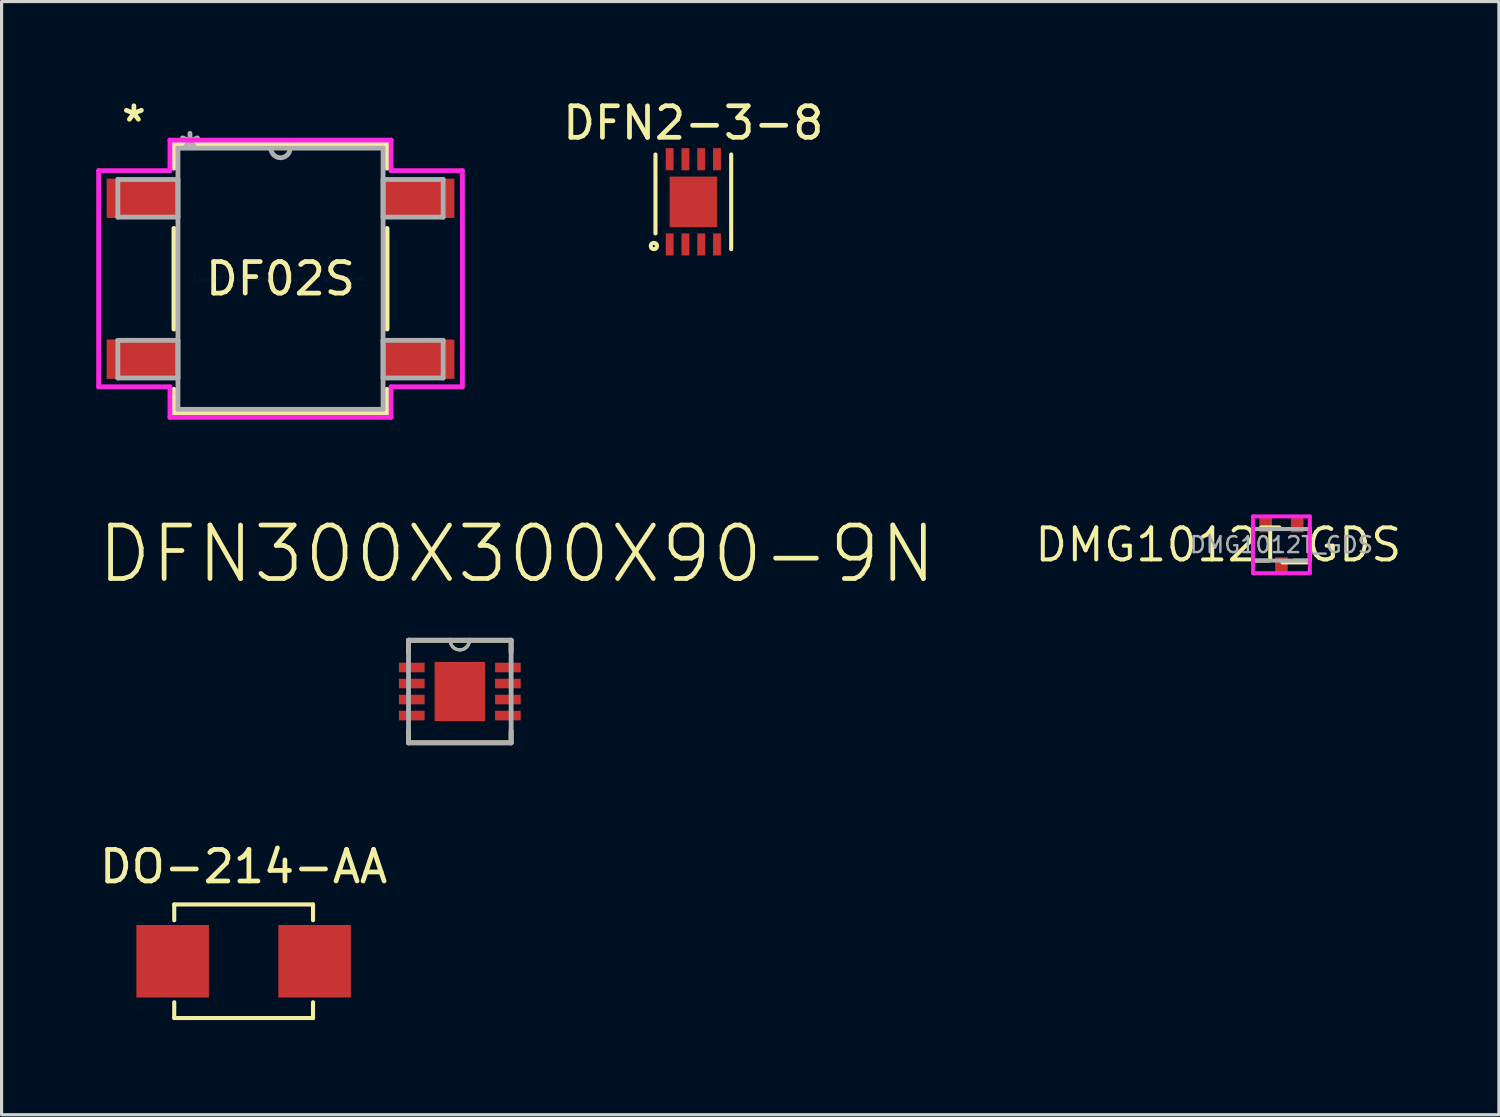
<source format=kicad_pcb>
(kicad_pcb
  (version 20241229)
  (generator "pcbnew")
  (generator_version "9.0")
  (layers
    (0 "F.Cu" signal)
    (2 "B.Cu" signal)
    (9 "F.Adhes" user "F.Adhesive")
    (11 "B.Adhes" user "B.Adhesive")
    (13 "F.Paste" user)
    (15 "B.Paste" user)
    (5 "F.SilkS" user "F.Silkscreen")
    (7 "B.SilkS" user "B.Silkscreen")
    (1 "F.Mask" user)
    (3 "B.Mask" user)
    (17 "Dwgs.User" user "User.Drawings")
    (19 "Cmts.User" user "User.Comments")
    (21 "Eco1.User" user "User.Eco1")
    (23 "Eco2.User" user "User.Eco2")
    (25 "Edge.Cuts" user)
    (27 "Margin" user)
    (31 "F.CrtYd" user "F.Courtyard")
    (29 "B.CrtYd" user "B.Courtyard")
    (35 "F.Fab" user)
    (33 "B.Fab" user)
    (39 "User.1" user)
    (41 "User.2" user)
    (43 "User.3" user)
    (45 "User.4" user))
  (footprint "DFN2-3-8"
    (layer "F.Cu")
    (at 18.928 3.348)
    (property "Reference" "DFN2-3-8" (at 0 -2.5 0) (layer "F.SilkS") (effects (font (size 1 1) (thickness 0.15))))
    (attr through_hole)
    (fp_line (start -1.2 1) (end -1.2 -1.5) (stroke (width 0.13) (type solid)) (layer "F.SilkS"))
    (fp_line (start 1.2 -1.5) (end 1.2 1.5) (stroke (width 0.13) (type solid)) (layer "F.SilkS"))
    (fp_circle (center -1.25 1.4) (end -1.25 1.5) (stroke (width 0.13) (type solid)) (fill no) (layer "F.SilkS"))
    (pad "1" smd rect (at -0.75 1.35) (size 0.25 0.7) (layers "F.Cu" "F.Mask" "F.Paste"))
    (pad "2" smd rect (at -0.25 1.35) (size 0.25 0.7) (layers "F.Cu" "F.Mask" "F.Paste"))
    (pad "3" smd rect (at 0.25 1.35) (size 0.25 0.7) (layers "F.Cu" "F.Mask" "F.Paste"))
    (pad "4" smd rect (at 0.75 1.35) (size 0.25 0.7) (layers "F.Cu" "F.Mask" "F.Paste"))
    (pad "5" smd rect (at 0.75 -1.35) (size 0.25 0.7) (layers "F.Cu" "F.Mask" "F.Paste"))
    (pad "6" smd rect (at 0.25 -1.35) (size 0.25 0.7) (layers "F.Cu" "F.Mask" "F.Paste"))
    (pad "7" smd rect (at -0.25 -1.35) (size 0.25 0.7) (layers "F.Cu" "F.Mask" "F.Paste"))
    (pad "8" smd rect (at -0.75 -1.35) (size 0.25 0.7) (layers "F.Cu" "F.Mask" "F.Paste"))
    (pad "9" smd rect (at 0 0) (size 1.5 1.6) (layers "F.Cu" "F.Mask" "F.Paste")))
  (footprint "DMG1012T_GDS"
    (layer "F.Cu")
    (at 37.57 14.22)
    (property "Reference" "DMG1012T_GDS" (at -2 0 0) (layer "F.SilkS") (effects (font (size 1.016 1.016) (thickness 0.127))))
    (attr smd)
    (fp_line (start -0.9 -0.5) (end -0.9 0.5) (stroke (width 0.127) (type solid)) (layer "F.SilkS"))
    (fp_line (start -0.9 0.5) (end -0.4 0.5) (stroke (width 0.127) (type solid)) (layer "F.SilkS"))
    (fp_line (start 0.4 0.5) (end 0.9 0.5) (stroke (width 0.127) (type solid)) (layer "F.SilkS"))
    (fp_line (start 0.9 0.5) (end 0.9 -0.5) (stroke (width 0.127) (type solid)) (layer "F.SilkS"))
    (fp_line (start -0.9 -0.9) (end 0.9 -0.9) (stroke (width 0.127) (type solid)) (layer "F.CrtYd"))
    (fp_line (start -0.9 0.9) (end -0.9 -0.9) (stroke (width 0.127) (type solid)) (layer "F.CrtYd"))
    (fp_line (start 0.9 -0.9) (end 0.9 0.9) (stroke (width 0.127) (type solid)) (layer "F.CrtYd"))
    (fp_line (start 0.9 0.9) (end -0.9 0.9) (stroke (width 0.127) (type solid)) (layer "F.CrtYd"))
    (fp_line (start -0.9 -0.5) (end -0.9 0.5) (stroke (width 0.127) (type solid)) (layer "F.Fab"))
    (fp_line (start -0.9 0.5) (end 0.9 0.5) (stroke (width 0.127) (type solid)) (layer "F.Fab"))
    (fp_line (start 0.9 -0.5) (end -0.9 -0.5) (stroke (width 0.127) (type solid)) (layer "F.Fab"))
    (fp_line (start 0.9 0.5) (end 0.9 -0.5) (stroke (width 0.127) (type solid)) (layer "F.Fab"))
    (fp_text user "${REFERENCE}" (at 0 0 0) (layer "F.Fab") (effects (font (size 0.508 0.508) (thickness 0.076))))
    (pad "D" smd rect (at 0 0.65) (size 0.4 0.51) (layers "F.Cu" "F.Mask" "F.Paste"))
    (pad "G" smd rect (at 0.5 -0.65) (size 0.4 0.51) (layers "F.Cu" "F.Mask" "F.Paste"))
    (pad "S" smd rect (at -0.5 -0.65) (size 0.4 0.51) (layers "F.Cu" "F.Mask" "F.Paste")))
  (footprint "DFN300X300X90-9N"
    (layer "F.Cu")
    (at 11.526 18.871)
    (property "Reference" "DFN300X300X90-9N" (at 1.812 -4.359 0) (layer "F.SilkS") (effects (font (size 1.696 1.696) (thickness 0.15))))
    (attr through_hole)
    (fp_line (start -1.626 -1.626) (end -1.626 -1.245) (stroke (width 0.152) (type solid)) (layer "F.SilkS"))
    (fp_line (start -1.626 1.245) (end -1.626 1.626) (stroke (width 0.152) (type solid)) (layer "F.SilkS"))
    (fp_line (start -1.626 1.626) (end 1.626 1.626) (stroke (width 0.152) (type solid)) (layer "F.SilkS"))
    (fp_line (start -0.305 -1.626) (end -1.626 -1.626) (stroke (width 0.152) (type solid)) (layer "F.SilkS"))
    (fp_line (start 0.305 -1.626) (end -0.305 -1.626) (stroke (width 0.152) (type solid)) (layer "F.SilkS"))
    (fp_line (start 1.626 -1.626) (end 0.305 -1.626) (stroke (width 0.152) (type solid)) (layer "F.SilkS"))
    (fp_line (start 1.626 -1.245) (end 1.626 -1.626) (stroke (width 0.152) (type solid)) (layer "F.SilkS"))
    (fp_line (start 1.626 1.626) (end 1.626 1.245) (stroke (width 0.152) (type solid)) (layer "F.SilkS"))
    (fp_arc (start 0.3048 -1.6256) (mid 0 -1.3208) (end -0.3048 -1.6256) (stroke (width 0.1) (type solid)) (layer "F.SilkS"))
    (fp_line (start -1.626 -1.626) (end -1.626 1.626) (stroke (width 0.152) (type solid)) (layer "F.Fab"))
    (fp_line (start -1.626 1.626) (end 1.626 1.626) (stroke (width 0.152) (type solid)) (layer "F.Fab"))
    (fp_line (start -0.305 -1.626) (end -1.626 -1.626) (stroke (width 0.152) (type solid)) (layer "F.Fab"))
    (fp_line (start 0.305 -1.626) (end -0.305 -1.626) (stroke (width 0.152) (type solid)) (layer "F.Fab"))
    (fp_line (start 1.626 -1.626) (end 0.305 -1.626) (stroke (width 0.152) (type solid)) (layer "F.Fab"))
    (fp_line (start 1.626 1.626) (end 1.626 -1.626) (stroke (width 0.152) (type solid)) (layer "F.Fab"))
    (fp_arc (start 0.3048 -1.6256) (mid 0 -1.3208) (end -0.3048 -1.6256) (stroke (width 0.1) (type solid)) (layer "F.Fab"))
    (pad "1" smd rect (at -1.524 -0.762) (size 0.813 0.305) (layers "F.Cu" "F.Mask" "F.Paste"))
    (pad "2" smd rect (at -1.524 -0.254) (size 0.813 0.305) (layers "F.Cu" "F.Mask" "F.Paste"))
    (pad "3" smd rect (at -1.524 0.254) (size 0.813 0.305) (layers "F.Cu" "F.Mask" "F.Paste"))
    (pad "4" smd rect (at -1.524 0.762) (size 0.813 0.305) (layers "F.Cu" "F.Mask" "F.Paste"))
    (pad "5" smd rect (at 1.524 0.762) (size 0.813 0.305) (layers "F.Cu" "F.Mask" "F.Paste"))
    (pad "6" smd rect (at 1.524 0.254) (size 0.813 0.305) (layers "F.Cu" "F.Mask" "F.Paste"))
    (pad "7" smd rect (at 1.524 -0.254) (size 0.813 0.305) (layers "F.Cu" "F.Mask" "F.Paste"))
    (pad "8" smd rect (at 1.524 -0.762) (size 0.813 0.305) (layers "F.Cu" "F.Mask" "F.Paste"))
    (pad "9" smd rect (at 0 0) (size 1.6 1.88) (layers "F.Cu" "F.Mask" "F.Paste")))
  (footprint "DF02S"
    (layer "F.Cu")
    (at 5.842 5.786)
    (property "Reference" "DF02S" (at 0 0 0) (layer "F.SilkS") (effects (font (size 1 1) (thickness 0.15))))
    (attr through_hole)
    (fp_line (start -3.378 -4.267) (end -3.378 -3.505) (stroke (width 0.152) (type solid)) (layer "F.SilkS"))
    (fp_line (start -3.378 -1.595) (end -3.378 1.595) (stroke (width 0.152) (type solid)) (layer "F.SilkS"))
    (fp_line (start -3.378 3.505) (end -3.378 4.267) (stroke (width 0.152) (type solid)) (layer "F.SilkS"))
    (fp_line (start -3.378 4.267) (end 3.378 4.267) (stroke (width 0.152) (type solid)) (layer "F.SilkS"))
    (fp_line (start 3.378 -4.267) (end -3.378 -4.267) (stroke (width 0.152) (type solid)) (layer "F.SilkS"))
    (fp_line (start 3.378 -3.505) (end 3.378 -4.267) (stroke (width 0.152) (type solid)) (layer "F.SilkS"))
    (fp_line (start 3.378 1.595) (end 3.378 -1.595) (stroke (width 0.152) (type solid)) (layer "F.SilkS"))
    (fp_line (start 3.378 4.267) (end 3.378 3.505) (stroke (width 0.152) (type solid)) (layer "F.SilkS"))
    (fp_line (start -5.766 -3.426) (end -3.505 -3.426) (stroke (width 0.152) (type solid)) (layer "F.CrtYd"))
    (fp_line (start -5.766 3.426) (end -5.766 -3.426) (stroke (width 0.152) (type solid)) (layer "F.CrtYd"))
    (fp_line (start -3.505 -4.394) (end 3.505 -4.394) (stroke (width 0.152) (type solid)) (layer "F.CrtYd"))
    (fp_line (start -3.505 -3.426) (end -3.505 -4.394) (stroke (width 0.152) (type solid)) (layer "F.CrtYd"))
    (fp_line (start -3.505 3.426) (end -5.766 3.426) (stroke (width 0.152) (type solid)) (layer "F.CrtYd"))
    (fp_line (start -3.505 4.394) (end -3.505 3.426) (stroke (width 0.152) (type solid)) (layer "F.CrtYd"))
    (fp_line (start 3.505 -4.394) (end 3.505 -3.426) (stroke (width 0.152) (type solid)) (layer "F.CrtYd"))
    (fp_line (start 3.505 -3.426) (end 5.766 -3.426) (stroke (width 0.152) (type solid)) (layer "F.CrtYd"))
    (fp_line (start 3.505 3.426) (end 3.505 4.394) (stroke (width 0.152) (type solid)) (layer "F.CrtYd"))
    (fp_line (start 3.505 4.394) (end -3.505 4.394) (stroke (width 0.152) (type solid)) (layer "F.CrtYd"))
    (fp_line (start 5.766 -3.426) (end 5.766 3.426) (stroke (width 0.152) (type solid)) (layer "F.CrtYd"))
    (fp_line (start 5.766 3.426) (end 3.505 3.426) (stroke (width 0.152) (type solid)) (layer "F.CrtYd"))
    (fp_line (start -5.156 -3.147) (end -5.156 -1.953) (stroke (width 0.152) (type solid)) (layer "F.Fab"))
    (fp_line (start -5.156 -1.953) (end -3.251 -1.953) (stroke (width 0.152) (type solid)) (layer "F.Fab"))
    (fp_line (start -5.156 1.953) (end -5.156 3.147) (stroke (width 0.152) (type solid)) (layer "F.Fab"))
    (fp_line (start -5.156 3.147) (end -3.251 3.147) (stroke (width 0.152) (type solid)) (layer "F.Fab"))
    (fp_line (start -3.251 -4.14) (end -3.251 4.14) (stroke (width 0.152) (type solid)) (layer "F.Fab"))
    (fp_line (start -3.251 -3.147) (end -5.156 -3.147) (stroke (width 0.152) (type solid)) (layer "F.Fab"))
    (fp_line (start -3.251 -1.953) (end -3.251 -3.147) (stroke (width 0.152) (type solid)) (layer "F.Fab"))
    (fp_line (start -3.251 1.953) (end -5.156 1.953) (stroke (width 0.152) (type solid)) (layer "F.Fab"))
    (fp_line (start -3.251 3.147) (end -3.251 1.953) (stroke (width 0.152) (type solid)) (layer "F.Fab"))
    (fp_line (start -3.251 4.14) (end 3.251 4.14) (stroke (width 0.152) (type solid)) (layer "F.Fab"))
    (fp_line (start 3.251 -4.14) (end -3.251 -4.14) (stroke (width 0.152) (type solid)) (layer "F.Fab"))
    (fp_line (start 3.251 -3.147) (end 3.251 -1.953) (stroke (width 0.152) (type solid)) (layer "F.Fab"))
    (fp_line (start 3.251 -1.953) (end 5.156 -1.953) (stroke (width 0.152) (type solid)) (layer "F.Fab"))
    (fp_line (start 3.251 1.953) (end 3.251 3.147) (stroke (width 0.152) (type solid)) (layer "F.Fab"))
    (fp_line (start 3.251 3.147) (end 5.156 3.147) (stroke (width 0.152) (type solid)) (layer "F.Fab"))
    (fp_line (start 3.251 4.14) (end 3.251 -4.14) (stroke (width 0.152) (type solid)) (layer "F.Fab"))
    (fp_line (start 5.156 -3.147) (end 3.251 -3.147) (stroke (width 0.152) (type solid)) (layer "F.Fab"))
    (fp_line (start 5.156 -1.953) (end 5.156 -3.147) (stroke (width 0.152) (type solid)) (layer "F.Fab"))
    (fp_line (start 5.156 1.953) (end 3.251 1.953) (stroke (width 0.152) (type solid)) (layer "F.Fab"))
    (fp_line (start 5.156 3.147) (end 5.156 1.953) (stroke (width 0.152) (type solid)) (layer "F.Fab"))
    (fp_arc (start 0.3048 -4.1402) (mid 0 -3.8354) (end -0.3048 -4.1402) (stroke (width 0.1524) (type solid)) (layer "F.Fab"))
    (fp_text user "*" (at -4.648 -4.938 0) (layer "F.SilkS") (effects (font (size 1 1) (thickness 0.15))))
    (fp_text user "Copyright 2016 Accelerated Designs. All rights reserved." (at 0 0 0) (layer "Cmts.User") (effects (font (size 0.127 0.127) (thickness 0.002))))
    (fp_text user "*" (at -2.87 -4.064 0) (layer "F.Fab") (effects (font (size 1 1) (thickness 0.15))))
    (pad "1" smd rect (at -4.394 -2.55) (size 2.235 1.245) (layers "F.Cu" "F.Mask" "F.Paste"))
    (pad "2" smd rect (at -4.394 2.55) (size 2.235 1.245) (layers "F.Cu" "F.Mask" "F.Paste"))
    (pad "3" smd rect (at 4.394 2.55) (size 2.235 1.245) (layers "F.Cu" "F.Mask" "F.Paste"))
    (pad "4" smd rect (at 4.394 -2.55) (size 2.235 1.245) (layers "F.Cu" "F.Mask" "F.Paste")))
  (footprint "DO-214-AA"
    (layer "F.Cu")
    (at 4.673 27.421)
    (property "Reference" "DO-214-AA" (at 0 -3 0) (layer "F.SilkS") (effects (font (size 1 1) (thickness 0.15))))
    (attr through_hole)
    (fp_line (start -2.2 -1.8) (end -2.2 -1.3) (stroke (width 0.13) (type solid)) (layer "F.SilkS"))
    (fp_line (start -2.2 -1.8) (end 2.2 -1.8) (stroke (width 0.13) (type solid)) (layer "F.SilkS"))
    (fp_line (start -2.2 1.8) (end -2.2 1.3) (stroke (width 0.13) (type solid)) (layer "F.SilkS"))
    (fp_line (start -2.2 1.8) (end 2.2 1.8) (stroke (width 0.13) (type solid)) (layer "F.SilkS"))
    (fp_line (start 2.2 -1.8) (end 2.2 -1.3) (stroke (width 0.13) (type solid)) (layer "F.SilkS"))
    (fp_line (start 2.2 1.8) (end 2.2 1.3) (stroke (width 0.13) (type solid)) (layer "F.SilkS"))
    (pad "1" smd rect (at -2.25 0) (size 2.3 2.3) (layers "F.Cu" "F.Mask" "F.Paste"))
    (pad "2" smd rect (at 2.25 0) (size 2.3 2.3) (layers "F.Cu" "F.Mask" "F.Paste")))
  (gr_rect
    (start -3 -3)
    (end 44.464 32.286)
    (stroke (width 0.1) (type default))
    (fill no)
    (layer "Edge.Cuts")))
</source>
